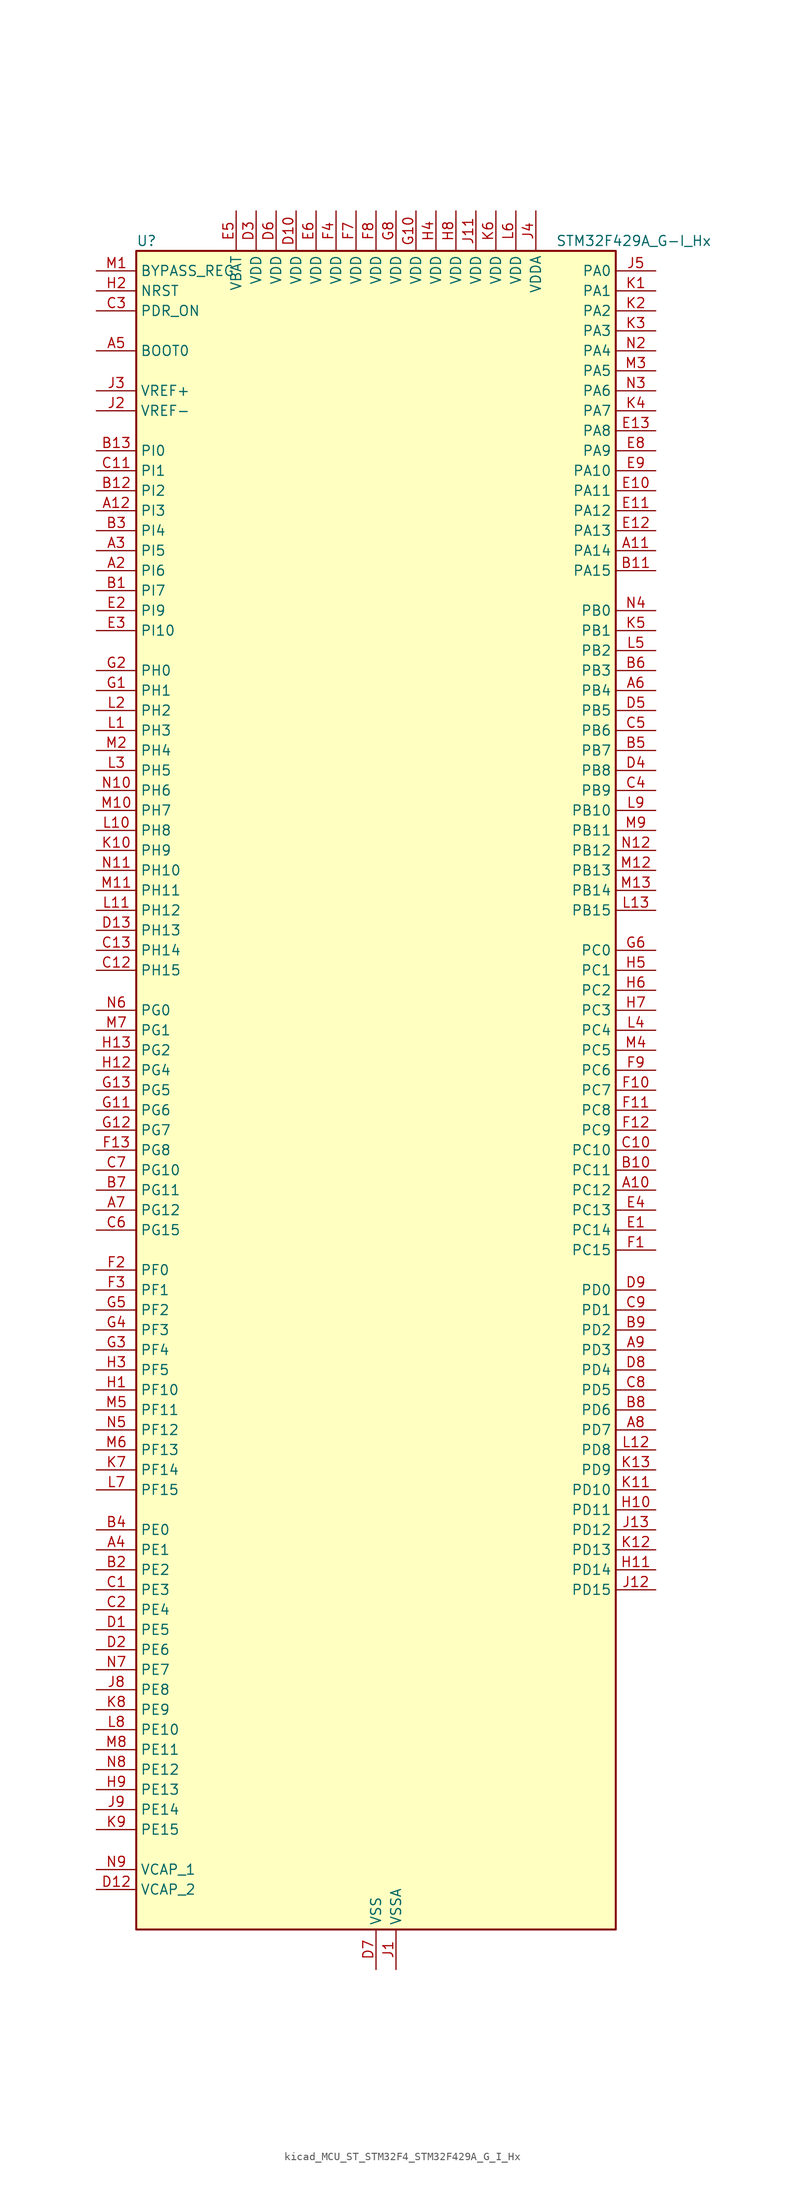
<source format=kicad_sym>
(kicad_symbol_lib
  (version 20220914)
  (generator kicad_symbol_editor)
  (symbol "kicad_MCU_ST_STM32F4_STM32F429A_G_I_Hx"
    (property "Reference" "U"
      (at -30.48 107.95 0)
      (effects (font (size 1.27 1.27)) (justify left)))
    (property "Value" "STM32F429A_G-I_Hx"
      (at 22.86 107.95 0)
      (effects (font (size 1.27 1.27)) (justify left)))
    (property "ki_locked" ""
      (at 0 0 0)
      (effects (font (size 1.27 1.27))))
    (symbol "kicad_MCU_ST_STM32F4_STM32F429A_G_I_Hx_0_1"
      (rectangle (start -30.48 -106.68) (end 30.48 106.68) (stroke (width 0.254) (type default)) (fill (type background))))
    (symbol "kicad_MCU_ST_STM32F4_STM32F429A_G_I_Hx_1_1"
      (pin no_connect line (at -30.48 -106.68 0) (length 5.08) hide (name "NC" (effects (font (size 1.27 1.27)))) (number "A1" (effects (font (size 1.27 1.27)))))
      (pin bidirectional line (at 35.56 -12.7 180) (length 5.08) (name "PC12" (effects (font (size 1.27 1.27)))) (number "A10" (effects (font (size 1.27 1.27)))) (alternate "DCMI_D9" bidirectional line) (alternate "I2S3_SD" bidirectional line) (alternate "SDIO_CK" bidirectional line) (alternate "SPI3_MOSI" bidirectional line) (alternate "UART5_TX" bidirectional line) (alternate "USART3_CK" bidirectional line))
      (pin bidirectional line (at 35.56 68.58 180) (length 5.08) (name "PA14" (effects (font (size 1.27 1.27)))) (number "A11" (effects (font (size 1.27 1.27)))) (alternate "SYS_JTCK-SWCLK" bidirectional line))
      (pin bidirectional line (at -35.56 73.66 0) (length 5.08) (name "PI3" (effects (font (size 1.27 1.27)))) (number "A12" (effects (font (size 1.27 1.27)))) (alternate "DCMI_D10" bidirectional line) (alternate "FMC_D27" bidirectional line) (alternate "I2S2_SD" bidirectional line) (alternate "SPI2_MOSI" bidirectional line) (alternate "TIM8_ETR" bidirectional line))
      (pin no_connect line (at -30.48 -104.14 0) (length 5.08) hide (name "NC" (effects (font (size 1.27 1.27)))) (number "A13" (effects (font (size 1.27 1.27)))))
      (pin bidirectional line (at -35.56 66.04 0) (length 5.08) (name "PI6" (effects (font (size 1.27 1.27)))) (number "A2" (effects (font (size 1.27 1.27)))) (alternate "DCMI_D6" bidirectional line) (alternate "FMC_D28" bidirectional line) (alternate "LTDC_B6" bidirectional line) (alternate "TIM8_CH2" bidirectional line))
      (pin bidirectional line (at -35.56 68.58 0) (length 5.08) (name "PI5" (effects (font (size 1.27 1.27)))) (number "A3" (effects (font (size 1.27 1.27)))) (alternate "DCMI_VSYNC" bidirectional line) (alternate "FMC_NBL3" bidirectional line) (alternate "LTDC_B5" bidirectional line) (alternate "TIM8_CH1" bidirectional line))
      (pin bidirectional line (at -35.56 -58.42 0) (length 5.08) (name "PE1" (effects (font (size 1.27 1.27)))) (number "A4" (effects (font (size 1.27 1.27)))) (alternate "DCMI_D3" bidirectional line) (alternate "FMC_NBL1" bidirectional line) (alternate "UART8_TX" bidirectional line))
      (pin input line (at -35.56 93.98 0) (length 5.08) (name "BOOT0" (effects (font (size 1.27 1.27)))) (number "A5" (effects (font (size 1.27 1.27)))))
      (pin bidirectional line (at 35.56 50.8 180) (length 5.08) (name "PB4" (effects (font (size 1.27 1.27)))) (number "A6" (effects (font (size 1.27 1.27)))) (alternate "I2S3_ext_SD" bidirectional line) (alternate "SPI1_MISO" bidirectional line) (alternate "SPI3_MISO" bidirectional line) (alternate "SYS_JTRST" bidirectional line) (alternate "TIM3_CH1" bidirectional line))
      (pin bidirectional line (at -35.56 -15.24 0) (length 5.08) (name "PG12" (effects (font (size 1.27 1.27)))) (number "A7" (effects (font (size 1.27 1.27)))) (alternate "FMC_NE4" bidirectional line) (alternate "LTDC_B1" bidirectional line) (alternate "LTDC_B4" bidirectional line) (alternate "USART6_RTS" bidirectional line))
      (pin bidirectional line (at 35.56 -43.18 180) (length 5.08) (name "PD7" (effects (font (size 1.27 1.27)))) (number "A8" (effects (font (size 1.27 1.27)))) (alternate "FMC_NCE2" bidirectional line) (alternate "FMC_NE1" bidirectional line) (alternate "USART2_CK" bidirectional line))
      (pin bidirectional line (at 35.56 -33.02 180) (length 5.08) (name "PD3" (effects (font (size 1.27 1.27)))) (number "A9" (effects (font (size 1.27 1.27)))) (alternate "DCMI_D5" bidirectional line) (alternate "FMC_CLK" bidirectional line) (alternate "I2S2_CK" bidirectional line) (alternate "LTDC_G7" bidirectional line) (alternate "SPI2_SCK" bidirectional line) (alternate "USART2_CTS" bidirectional line))
      (pin bidirectional line (at -35.56 63.5 0) (length 5.08) (name "PI7" (effects (font (size 1.27 1.27)))) (number "B1" (effects (font (size 1.27 1.27)))) (alternate "DCMI_D7" bidirectional line) (alternate "FMC_D29" bidirectional line) (alternate "LTDC_B7" bidirectional line) (alternate "TIM8_CH3" bidirectional line))
      (pin bidirectional line (at 35.56 -10.16 180) (length 5.08) (name "PC11" (effects (font (size 1.27 1.27)))) (number "B10" (effects (font (size 1.27 1.27)))) (alternate "ADC1_EXTI11" bidirectional line) (alternate "ADC2_EXTI11" bidirectional line) (alternate "ADC3_EXTI11" bidirectional line) (alternate "DCMI_D4" bidirectional line) (alternate "I2S3_ext_SD" bidirectional line) (alternate "SDIO_D3" bidirectional line) (alternate "SPI3_MISO" bidirectional line) (alternate "UART4_RX" bidirectional line) (alternate "USART3_RX" bidirectional line))
      (pin bidirectional line (at 35.56 66.04 180) (length 5.08) (name "PA15" (effects (font (size 1.27 1.27)))) (number "B11" (effects (font (size 1.27 1.27)))) (alternate "ADC1_EXTI15" bidirectional line) (alternate "ADC2_EXTI15" bidirectional line) (alternate "ADC3_EXTI15" bidirectional line) (alternate "I2S3_WS" bidirectional line) (alternate "SPI1_NSS" bidirectional line) (alternate "SPI3_NSS" bidirectional line) (alternate "SYS_JTDI" bidirectional line) (alternate "TIM2_CH1" bidirectional line) (alternate "TIM2_ETR" bidirectional line))
      (pin bidirectional line (at -35.56 76.2 0) (length 5.08) (name "PI2" (effects (font (size 1.27 1.27)))) (number "B12" (effects (font (size 1.27 1.27)))) (alternate "DCMI_D9" bidirectional line) (alternate "FMC_D26" bidirectional line) (alternate "I2S2_ext_SD" bidirectional line) (alternate "LTDC_G7" bidirectional line) (alternate "SPI2_MISO" bidirectional line) (alternate "TIM8_CH4" bidirectional line))
      (pin bidirectional line (at -35.56 81.28 0) (length 5.08) (name "PI0" (effects (font (size 1.27 1.27)))) (number "B13" (effects (font (size 1.27 1.27)))) (alternate "DCMI_D13" bidirectional line) (alternate "FMC_D24" bidirectional line) (alternate "I2S2_WS" bidirectional line) (alternate "LTDC_G5" bidirectional line) (alternate "SPI2_NSS" bidirectional line) (alternate "TIM5_CH4" bidirectional line))
      (pin bidirectional line (at -35.56 -60.96 0) (length 5.08) (name "PE2" (effects (font (size 1.27 1.27)))) (number "B2" (effects (font (size 1.27 1.27)))) (alternate "ETH_TXD3" bidirectional line) (alternate "FMC_A23" bidirectional line) (alternate "SAI1_MCLK_A" bidirectional line) (alternate "SPI4_SCK" bidirectional line) (alternate "SYS_TRACECLK" bidirectional line))
      (pin bidirectional line (at -35.56 71.12 0) (length 5.08) (name "PI4" (effects (font (size 1.27 1.27)))) (number "B3" (effects (font (size 1.27 1.27)))) (alternate "DCMI_D5" bidirectional line) (alternate "FMC_NBL2" bidirectional line) (alternate "LTDC_B4" bidirectional line) (alternate "TIM8_BKIN" bidirectional line))
      (pin bidirectional line (at -35.56 -55.88 0) (length 5.08) (name "PE0" (effects (font (size 1.27 1.27)))) (number "B4" (effects (font (size 1.27 1.27)))) (alternate "DCMI_D2" bidirectional line) (alternate "FMC_NBL0" bidirectional line) (alternate "TIM4_ETR" bidirectional line) (alternate "UART8_RX" bidirectional line))
      (pin bidirectional line (at 35.56 43.18 180) (length 5.08) (name "PB7" (effects (font (size 1.27 1.27)))) (number "B5" (effects (font (size 1.27 1.27)))) (alternate "DCMI_VSYNC" bidirectional line) (alternate "FMC_NL" bidirectional line) (alternate "I2C1_SDA" bidirectional line) (alternate "TIM4_CH2" bidirectional line) (alternate "USART1_RX" bidirectional line))
      (pin bidirectional line (at 35.56 53.34 180) (length 5.08) (name "PB3" (effects (font (size 1.27 1.27)))) (number "B6" (effects (font (size 1.27 1.27)))) (alternate "I2S3_CK" bidirectional line) (alternate "SPI1_SCK" bidirectional line) (alternate "SPI3_SCK" bidirectional line) (alternate "SYS_JTDO-SWO" bidirectional line) (alternate "TIM2_CH2" bidirectional line))
      (pin bidirectional line (at -35.56 -12.7 0) (length 5.08) (name "PG11" (effects (font (size 1.27 1.27)))) (number "B7" (effects (font (size 1.27 1.27)))) (alternate "ADC1_EXTI11" bidirectional line) (alternate "ADC2_EXTI11" bidirectional line) (alternate "ADC3_EXTI11" bidirectional line) (alternate "DCMI_D3" bidirectional line) (alternate "ETH_TX_EN" bidirectional line) (alternate "LTDC_B3" bidirectional line))
      (pin bidirectional line (at 35.56 -40.64 180) (length 5.08) (name "PD6" (effects (font (size 1.27 1.27)))) (number "B8" (effects (font (size 1.27 1.27)))) (alternate "DCMI_D10" bidirectional line) (alternate "FMC_NWAIT" bidirectional line) (alternate "I2S3_SD" bidirectional line) (alternate "LTDC_B2" bidirectional line) (alternate "SAI1_SD_A" bidirectional line) (alternate "SPI3_MOSI" bidirectional line) (alternate "USART2_RX" bidirectional line))
      (pin bidirectional line (at 35.56 -30.48 180) (length 5.08) (name "PD2" (effects (font (size 1.27 1.27)))) (number "B9" (effects (font (size 1.27 1.27)))) (alternate "DCMI_D11" bidirectional line) (alternate "SDIO_CMD" bidirectional line) (alternate "TIM3_ETR" bidirectional line) (alternate "UART5_RX" bidirectional line))
      (pin bidirectional line (at -35.56 -63.5 0) (length 5.08) (name "PE3" (effects (font (size 1.27 1.27)))) (number "C1" (effects (font (size 1.27 1.27)))) (alternate "FMC_A19" bidirectional line) (alternate "SAI1_SD_B" bidirectional line) (alternate "SYS_TRACED0" bidirectional line))
      (pin bidirectional line (at 35.56 -7.62 180) (length 5.08) (name "PC10" (effects (font (size 1.27 1.27)))) (number "C10" (effects (font (size 1.27 1.27)))) (alternate "DCMI_D8" bidirectional line) (alternate "I2S3_CK" bidirectional line) (alternate "LTDC_R2" bidirectional line) (alternate "SDIO_D2" bidirectional line) (alternate "SPI3_SCK" bidirectional line) (alternate "UART4_TX" bidirectional line) (alternate "USART3_TX" bidirectional line))
      (pin bidirectional line (at -35.56 78.74 0) (length 5.08) (name "PI1" (effects (font (size 1.27 1.27)))) (number "C11" (effects (font (size 1.27 1.27)))) (alternate "DCMI_D8" bidirectional line) (alternate "FMC_D25" bidirectional line) (alternate "I2S2_CK" bidirectional line) (alternate "LTDC_G6" bidirectional line) (alternate "SPI2_SCK" bidirectional line))
      (pin bidirectional line (at -35.56 15.24 0) (length 5.08) (name "PH15" (effects (font (size 1.27 1.27)))) (number "C12" (effects (font (size 1.27 1.27)))) (alternate "ADC1_EXTI15" bidirectional line) (alternate "ADC2_EXTI15" bidirectional line) (alternate "ADC3_EXTI15" bidirectional line) (alternate "DCMI_D11" bidirectional line) (alternate "FMC_D23" bidirectional line) (alternate "LTDC_G4" bidirectional line) (alternate "TIM8_CH3N" bidirectional line))
      (pin bidirectional line (at -35.56 17.78 0) (length 5.08) (name "PH14" (effects (font (size 1.27 1.27)))) (number "C13" (effects (font (size 1.27 1.27)))) (alternate "DCMI_D4" bidirectional line) (alternate "FMC_D22" bidirectional line) (alternate "LTDC_G3" bidirectional line) (alternate "TIM8_CH2N" bidirectional line))
      (pin bidirectional line (at -35.56 -66.04 0) (length 5.08) (name "PE4" (effects (font (size 1.27 1.27)))) (number "C2" (effects (font (size 1.27 1.27)))) (alternate "DCMI_D4" bidirectional line) (alternate "FMC_A20" bidirectional line) (alternate "LTDC_B0" bidirectional line) (alternate "SAI1_FS_A" bidirectional line) (alternate "SPI4_NSS" bidirectional line) (alternate "SYS_TRACED1" bidirectional line))
      (pin input line (at -35.56 99.06 0) (length 5.08) (name "PDR_ON" (effects (font (size 1.27 1.27)))) (number "C3" (effects (font (size 1.27 1.27)))))
      (pin bidirectional line (at 35.56 38.1 180) (length 5.08) (name "PB9" (effects (font (size 1.27 1.27)))) (number "C4" (effects (font (size 1.27 1.27)))) (alternate "CAN1_TX" bidirectional line) (alternate "DAC_EXTI9" bidirectional line) (alternate "DCMI_D7" bidirectional line) (alternate "I2C1_SDA" bidirectional line) (alternate "I2S2_WS" bidirectional line) (alternate "LTDC_B7" bidirectional line) (alternate "SDIO_D5" bidirectional line) (alternate "SPI2_NSS" bidirectional line) (alternate "TIM11_CH1" bidirectional line) (alternate "TIM4_CH4" bidirectional line))
      (pin bidirectional line (at 35.56 45.72 180) (length 5.08) (name "PB6" (effects (font (size 1.27 1.27)))) (number "C5" (effects (font (size 1.27 1.27)))) (alternate "CAN2_TX" bidirectional line) (alternate "DCMI_D5" bidirectional line) (alternate "FMC_SDNE1" bidirectional line) (alternate "I2C1_SCL" bidirectional line) (alternate "TIM4_CH1" bidirectional line) (alternate "USART1_TX" bidirectional line))
      (pin bidirectional line (at -35.56 -17.78 0) (length 5.08) (name "PG15" (effects (font (size 1.27 1.27)))) (number "C6" (effects (font (size 1.27 1.27)))) (alternate "ADC1_EXTI15" bidirectional line) (alternate "ADC2_EXTI15" bidirectional line) (alternate "ADC3_EXTI15" bidirectional line) (alternate "DCMI_D13" bidirectional line) (alternate "FMC_SDNCAS" bidirectional line) (alternate "USART6_CTS" bidirectional line))
      (pin bidirectional line (at -35.56 -10.16 0) (length 5.08) (name "PG10" (effects (font (size 1.27 1.27)))) (number "C7" (effects (font (size 1.27 1.27)))) (alternate "DCMI_D2" bidirectional line) (alternate "FMC_NE3" bidirectional line) (alternate "LTDC_B2" bidirectional line) (alternate "LTDC_G3" bidirectional line))
      (pin bidirectional line (at 35.56 -38.1 180) (length 5.08) (name "PD5" (effects (font (size 1.27 1.27)))) (number "C8" (effects (font (size 1.27 1.27)))) (alternate "FMC_NWE" bidirectional line) (alternate "USART2_TX" bidirectional line))
      (pin bidirectional line (at 35.56 -27.94 180) (length 5.08) (name "PD1" (effects (font (size 1.27 1.27)))) (number "C9" (effects (font (size 1.27 1.27)))) (alternate "CAN1_TX" bidirectional line) (alternate "FMC_D3" bidirectional line) (alternate "FMC_DA3" bidirectional line))
      (pin bidirectional line (at -35.56 -68.58 0) (length 5.08) (name "PE5" (effects (font (size 1.27 1.27)))) (number "D1" (effects (font (size 1.27 1.27)))) (alternate "DCMI_D6" bidirectional line) (alternate "FMC_A21" bidirectional line) (alternate "LTDC_G0" bidirectional line) (alternate "SAI1_SCK_A" bidirectional line) (alternate "SPI4_MISO" bidirectional line) (alternate "SYS_TRACED2" bidirectional line) (alternate "TIM9_CH1" bidirectional line))
      (pin power_in line (at -10.16 111.76 270) (length 5.08) (name "VDD" (effects (font (size 1.27 1.27)))) (number "D10" (effects (font (size 1.27 1.27)))))
      (pin passive line (at 0 -111.76 90) (length 5.08) hide (name "VSS" (effects (font (size 1.27 1.27)))) (number "D11" (effects (font (size 1.27 1.27)))))
      (pin power_out line (at -35.56 -101.6 0) (length 5.08) (name "VCAP_2" (effects (font (size 1.27 1.27)))) (number "D12" (effects (font (size 1.27 1.27)))))
      (pin bidirectional line (at -35.56 20.32 0) (length 5.08) (name "PH13" (effects (font (size 1.27 1.27)))) (number "D13" (effects (font (size 1.27 1.27)))) (alternate "CAN1_TX" bidirectional line) (alternate "FMC_D21" bidirectional line) (alternate "LTDC_G2" bidirectional line) (alternate "TIM8_CH1N" bidirectional line))
      (pin bidirectional line (at -35.56 -71.12 0) (length 5.08) (name "PE6" (effects (font (size 1.27 1.27)))) (number "D2" (effects (font (size 1.27 1.27)))) (alternate "DCMI_D7" bidirectional line) (alternate "FMC_A22" bidirectional line) (alternate "LTDC_G1" bidirectional line) (alternate "SAI1_SD_A" bidirectional line) (alternate "SPI4_MOSI" bidirectional line) (alternate "SYS_TRACED3" bidirectional line) (alternate "TIM9_CH2" bidirectional line))
      (pin power_in line (at -15.24 111.76 270) (length 5.08) (name "VDD" (effects (font (size 1.27 1.27)))) (number "D3" (effects (font (size 1.27 1.27)))))
      (pin bidirectional line (at 35.56 40.64 180) (length 5.08) (name "PB8" (effects (font (size 1.27 1.27)))) (number "D4" (effects (font (size 1.27 1.27)))) (alternate "CAN1_RX" bidirectional line) (alternate "DCMI_D6" bidirectional line) (alternate "ETH_TXD3" bidirectional line) (alternate "I2C1_SCL" bidirectional line) (alternate "LTDC_B6" bidirectional line) (alternate "SDIO_D4" bidirectional line) (alternate "TIM10_CH1" bidirectional line) (alternate "TIM4_CH3" bidirectional line))
      (pin bidirectional line (at 35.56 48.26 180) (length 5.08) (name "PB5" (effects (font (size 1.27 1.27)))) (number "D5" (effects (font (size 1.27 1.27)))) (alternate "CAN2_RX" bidirectional line) (alternate "DCMI_D10" bidirectional line) (alternate "ETH_PPS_OUT" bidirectional line) (alternate "FMC_SDCKE1" bidirectional line) (alternate "I2C1_SMBA" bidirectional line) (alternate "I2S3_SD" bidirectional line) (alternate "SPI1_MOSI" bidirectional line) (alternate "SPI3_MOSI" bidirectional line) (alternate "TIM3_CH2" bidirectional line) (alternate "USB_OTG_HS_ULPI_D7" bidirectional line))
      (pin power_in line (at -12.7 111.76 270) (length 5.08) (name "VDD" (effects (font (size 1.27 1.27)))) (number "D6" (effects (font (size 1.27 1.27)))))
      (pin power_in line (at 0 -111.76 90) (length 5.08) (name "VSS" (effects (font (size 1.27 1.27)))) (number "D7" (effects (font (size 1.27 1.27)))))
      (pin bidirectional line (at 35.56 -35.56 180) (length 5.08) (name "PD4" (effects (font (size 1.27 1.27)))) (number "D8" (effects (font (size 1.27 1.27)))) (alternate "FMC_NOE" bidirectional line) (alternate "USART2_RTS" bidirectional line))
      (pin bidirectional line (at 35.56 -25.4 180) (length 5.08) (name "PD0" (effects (font (size 1.27 1.27)))) (number "D9" (effects (font (size 1.27 1.27)))) (alternate "CAN1_RX" bidirectional line) (alternate "FMC_D2" bidirectional line) (alternate "FMC_DA2" bidirectional line))
      (pin bidirectional line (at 35.56 -17.78 180) (length 5.08) (name "PC14" (effects (font (size 1.27 1.27)))) (number "E1" (effects (font (size 1.27 1.27)))) (alternate "RCC_OSC32_IN" bidirectional line))
      (pin bidirectional line (at 35.56 76.2 180) (length 5.08) (name "PA11" (effects (font (size 1.27 1.27)))) (number "E10" (effects (font (size 1.27 1.27)))) (alternate "ADC1_EXTI11" bidirectional line) (alternate "ADC2_EXTI11" bidirectional line) (alternate "ADC3_EXTI11" bidirectional line) (alternate "CAN1_RX" bidirectional line) (alternate "LTDC_R4" bidirectional line) (alternate "TIM1_CH4" bidirectional line) (alternate "USART1_CTS" bidirectional line) (alternate "USB_OTG_FS_DM" bidirectional line))
      (pin bidirectional line (at 35.56 73.66 180) (length 5.08) (name "PA12" (effects (font (size 1.27 1.27)))) (number "E11" (effects (font (size 1.27 1.27)))) (alternate "CAN1_TX" bidirectional line) (alternate "LTDC_R5" bidirectional line) (alternate "TIM1_ETR" bidirectional line) (alternate "USART1_RTS" bidirectional line) (alternate "USB_OTG_FS_DP" bidirectional line))
      (pin bidirectional line (at 35.56 71.12 180) (length 5.08) (name "PA13" (effects (font (size 1.27 1.27)))) (number "E12" (effects (font (size 1.27 1.27)))) (alternate "SYS_JTMS-SWDIO" bidirectional line))
      (pin bidirectional line (at 35.56 83.82 180) (length 5.08) (name "PA8" (effects (font (size 1.27 1.27)))) (number "E13" (effects (font (size 1.27 1.27)))) (alternate "I2C3_SCL" bidirectional line) (alternate "LTDC_R6" bidirectional line) (alternate "RCC_MCO_1" bidirectional line) (alternate "TIM1_CH1" bidirectional line) (alternate "USART1_CK" bidirectional line) (alternate "USB_OTG_FS_SOF" bidirectional line))
      (pin bidirectional line (at -35.56 60.96 0) (length 5.08) (name "PI9" (effects (font (size 1.27 1.27)))) (number "E2" (effects (font (size 1.27 1.27)))) (alternate "CAN1_RX" bidirectional line) (alternate "DAC_EXTI9" bidirectional line) (alternate "FMC_D30" bidirectional line) (alternate "LTDC_VSYNC" bidirectional line))
      (pin bidirectional line (at -35.56 58.42 0) (length 5.08) (name "PI10" (effects (font (size 1.27 1.27)))) (number "E3" (effects (font (size 1.27 1.27)))) (alternate "ETH_RX_ER" bidirectional line) (alternate "FMC_D31" bidirectional line) (alternate "LTDC_HSYNC" bidirectional line))
      (pin bidirectional line (at 35.56 -15.24 180) (length 5.08) (name "PC13" (effects (font (size 1.27 1.27)))) (number "E4" (effects (font (size 1.27 1.27)))) (alternate "RTC_AF1" bidirectional line))
      (pin power_in line (at -17.78 111.76 270) (length 5.08) (name "VBAT" (effects (font (size 1.27 1.27)))) (number "E5" (effects (font (size 1.27 1.27)))))
      (pin power_in line (at -7.62 111.76 270) (length 5.08) (name "VDD" (effects (font (size 1.27 1.27)))) (number "E6" (effects (font (size 1.27 1.27)))))
      (pin passive line (at 0 -111.76 90) (length 5.08) hide (name "VSS" (effects (font (size 1.27 1.27)))) (number "E7" (effects (font (size 1.27 1.27)))))
      (pin bidirectional line (at 35.56 81.28 180) (length 5.08) (name "PA9" (effects (font (size 1.27 1.27)))) (number "E8" (effects (font (size 1.27 1.27)))) (alternate "DAC_EXTI9" bidirectional line) (alternate "DCMI_D0" bidirectional line) (alternate "I2C3_SMBA" bidirectional line) (alternate "TIM1_CH2" bidirectional line) (alternate "USART1_TX" bidirectional line) (alternate "USB_OTG_FS_VBUS" bidirectional line))
      (pin bidirectional line (at 35.56 78.74 180) (length 5.08) (name "PA10" (effects (font (size 1.27 1.27)))) (number "E9" (effects (font (size 1.27 1.27)))) (alternate "DCMI_D1" bidirectional line) (alternate "TIM1_CH3" bidirectional line) (alternate "USART1_RX" bidirectional line) (alternate "USB_OTG_FS_ID" bidirectional line))
      (pin bidirectional line (at 35.56 -20.32 180) (length 5.08) (name "PC15" (effects (font (size 1.27 1.27)))) (number "F1" (effects (font (size 1.27 1.27)))) (alternate "ADC1_EXTI15" bidirectional line) (alternate "ADC2_EXTI15" bidirectional line) (alternate "ADC3_EXTI15" bidirectional line) (alternate "RCC_OSC32_OUT" bidirectional line))
      (pin bidirectional line (at 35.56 0 180) (length 5.08) (name "PC7" (effects (font (size 1.27 1.27)))) (number "F10" (effects (font (size 1.27 1.27)))) (alternate "DCMI_D1" bidirectional line) (alternate "I2S3_MCK" bidirectional line) (alternate "LTDC_G6" bidirectional line) (alternate "SDIO_D7" bidirectional line) (alternate "TIM3_CH2" bidirectional line) (alternate "TIM8_CH2" bidirectional line) (alternate "USART6_RX" bidirectional line))
      (pin bidirectional line (at 35.56 -2.54 180) (length 5.08) (name "PC8" (effects (font (size 1.27 1.27)))) (number "F11" (effects (font (size 1.27 1.27)))) (alternate "DCMI_D2" bidirectional line) (alternate "SDIO_D0" bidirectional line) (alternate "TIM3_CH3" bidirectional line) (alternate "TIM8_CH3" bidirectional line) (alternate "USART6_CK" bidirectional line))
      (pin bidirectional line (at 35.56 -5.08 180) (length 5.08) (name "PC9" (effects (font (size 1.27 1.27)))) (number "F12" (effects (font (size 1.27 1.27)))) (alternate "DAC_EXTI9" bidirectional line) (alternate "DCMI_D3" bidirectional line) (alternate "I2C3_SDA" bidirectional line) (alternate "I2S_CKIN" bidirectional line) (alternate "RCC_MCO_2" bidirectional line) (alternate "SDIO_D1" bidirectional line) (alternate "TIM3_CH4" bidirectional line) (alternate "TIM8_CH4" bidirectional line))
      (pin bidirectional line (at -35.56 -7.62 0) (length 5.08) (name "PG8" (effects (font (size 1.27 1.27)))) (number "F13" (effects (font (size 1.27 1.27)))) (alternate "ETH_PPS_OUT" bidirectional line) (alternate "FMC_SDCLK" bidirectional line) (alternate "USART6_RTS" bidirectional line))
      (pin bidirectional line (at -35.56 -22.86 0) (length 5.08) (name "PF0" (effects (font (size 1.27 1.27)))) (number "F2" (effects (font (size 1.27 1.27)))) (alternate "FMC_A0" bidirectional line) (alternate "I2C2_SDA" bidirectional line))
      (pin bidirectional line (at -35.56 -25.4 0) (length 5.08) (name "PF1" (effects (font (size 1.27 1.27)))) (number "F3" (effects (font (size 1.27 1.27)))) (alternate "FMC_A1" bidirectional line) (alternate "I2C2_SCL" bidirectional line))
      (pin power_in line (at -5.08 111.76 270) (length 5.08) (name "VDD" (effects (font (size 1.27 1.27)))) (number "F4" (effects (font (size 1.27 1.27)))))
      (pin passive line (at 0 -111.76 90) (length 5.08) hide (name "VSS" (effects (font (size 1.27 1.27)))) (number "F5" (effects (font (size 1.27 1.27)))))
      (pin passive line (at 0 -111.76 90) (length 5.08) hide (name "VSS" (effects (font (size 1.27 1.27)))) (number "F6" (effects (font (size 1.27 1.27)))))
      (pin power_in line (at -2.54 111.76 270) (length 5.08) (name "VDD" (effects (font (size 1.27 1.27)))) (number "F7" (effects (font (size 1.27 1.27)))))
      (pin power_in line (at 0 111.76 270) (length 5.08) (name "VDD" (effects (font (size 1.27 1.27)))) (number "F8" (effects (font (size 1.27 1.27)))))
      (pin bidirectional line (at 35.56 2.54 180) (length 5.08) (name "PC6" (effects (font (size 1.27 1.27)))) (number "F9" (effects (font (size 1.27 1.27)))) (alternate "DCMI_D0" bidirectional line) (alternate "I2S2_MCK" bidirectional line) (alternate "LTDC_HSYNC" bidirectional line) (alternate "SDIO_D6" bidirectional line) (alternate "TIM3_CH1" bidirectional line) (alternate "TIM8_CH1" bidirectional line) (alternate "USART6_TX" bidirectional line))
      (pin bidirectional line (at -35.56 50.8 0) (length 5.08) (name "PH1" (effects (font (size 1.27 1.27)))) (number "G1" (effects (font (size 1.27 1.27)))) (alternate "RCC_OSC_OUT" bidirectional line))
      (pin power_in line (at 5.08 111.76 270) (length 5.08) (name "VDD" (effects (font (size 1.27 1.27)))) (number "G10" (effects (font (size 1.27 1.27)))))
      (pin bidirectional line (at -35.56 -2.54 0) (length 5.08) (name "PG6" (effects (font (size 1.27 1.27)))) (number "G11" (effects (font (size 1.27 1.27)))) (alternate "DCMI_D12" bidirectional line) (alternate "FMC_INT2" bidirectional line) (alternate "LTDC_R7" bidirectional line))
      (pin bidirectional line (at -35.56 -5.08 0) (length 5.08) (name "PG7" (effects (font (size 1.27 1.27)))) (number "G12" (effects (font (size 1.27 1.27)))) (alternate "DCMI_D13" bidirectional line) (alternate "LTDC_CLK" bidirectional line) (alternate "USART6_CK" bidirectional line))
      (pin bidirectional line (at -35.56 0 0) (length 5.08) (name "PG5" (effects (font (size 1.27 1.27)))) (number "G13" (effects (font (size 1.27 1.27)))) (alternate "FMC_A15" bidirectional line) (alternate "FMC_BA1" bidirectional line))
      (pin bidirectional line (at -35.56 53.34 0) (length 5.08) (name "PH0" (effects (font (size 1.27 1.27)))) (number "G2" (effects (font (size 1.27 1.27)))) (alternate "RCC_OSC_IN" bidirectional line))
      (pin bidirectional line (at -35.56 -33.02 0) (length 5.08) (name "PF4" (effects (font (size 1.27 1.27)))) (number "G3" (effects (font (size 1.27 1.27)))) (alternate "ADC3_IN14" bidirectional line) (alternate "FMC_A4" bidirectional line))
      (pin bidirectional line (at -35.56 -30.48 0) (length 5.08) (name "PF3" (effects (font (size 1.27 1.27)))) (number "G4" (effects (font (size 1.27 1.27)))) (alternate "ADC3_IN9" bidirectional line) (alternate "FMC_A3" bidirectional line))
      (pin bidirectional line (at -35.56 -27.94 0) (length 5.08) (name "PF2" (effects (font (size 1.27 1.27)))) (number "G5" (effects (font (size 1.27 1.27)))) (alternate "FMC_A2" bidirectional line) (alternate "I2C2_SMBA" bidirectional line))
      (pin bidirectional line (at 35.56 17.78 180) (length 5.08) (name "PC0" (effects (font (size 1.27 1.27)))) (number "G6" (effects (font (size 1.27 1.27)))) (alternate "ADC1_IN10" bidirectional line) (alternate "ADC2_IN10" bidirectional line) (alternate "ADC3_IN10" bidirectional line) (alternate "FMC_SDNWE" bidirectional line) (alternate "USB_OTG_HS_ULPI_STP" bidirectional line))
      (pin passive line (at 0 -111.76 90) (length 5.08) hide (name "VSS" (effects (font (size 1.27 1.27)))) (number "G7" (effects (font (size 1.27 1.27)))))
      (pin power_in line (at 2.54 111.76 270) (length 5.08) (name "VDD" (effects (font (size 1.27 1.27)))) (number "G8" (effects (font (size 1.27 1.27)))))
      (pin passive line (at 0 -111.76 90) (length 5.08) hide (name "VSS" (effects (font (size 1.27 1.27)))) (number "G9" (effects (font (size 1.27 1.27)))))
      (pin bidirectional line (at -35.56 -38.1 0) (length 5.08) (name "PF10" (effects (font (size 1.27 1.27)))) (number "H1" (effects (font (size 1.27 1.27)))) (alternate "ADC3_IN8" bidirectional line) (alternate "DCMI_D11" bidirectional line) (alternate "LTDC_DE" bidirectional line))
      (pin bidirectional line (at 35.56 -53.34 180) (length 5.08) (name "PD11" (effects (font (size 1.27 1.27)))) (number "H10" (effects (font (size 1.27 1.27)))) (alternate "ADC1_EXTI11" bidirectional line) (alternate "ADC2_EXTI11" bidirectional line) (alternate "ADC3_EXTI11" bidirectional line) (alternate "FMC_A16" bidirectional line) (alternate "FMC_CLE" bidirectional line) (alternate "USART3_CTS" bidirectional line))
      (pin bidirectional line (at 35.56 -60.96 180) (length 5.08) (name "PD14" (effects (font (size 1.27 1.27)))) (number "H11" (effects (font (size 1.27 1.27)))) (alternate "FMC_D0" bidirectional line) (alternate "FMC_DA0" bidirectional line) (alternate "TIM4_CH3" bidirectional line))
      (pin bidirectional line (at -35.56 2.54 0) (length 5.08) (name "PG4" (effects (font (size 1.27 1.27)))) (number "H12" (effects (font (size 1.27 1.27)))) (alternate "FMC_A14" bidirectional line) (alternate "FMC_BA0" bidirectional line))
      (pin bidirectional line (at -35.56 5.08 0) (length 5.08) (name "PG2" (effects (font (size 1.27 1.27)))) (number "H13" (effects (font (size 1.27 1.27)))) (alternate "FMC_A12" bidirectional line))
      (pin input line (at -35.56 101.6 0) (length 5.08) (name "NRST" (effects (font (size 1.27 1.27)))) (number "H2" (effects (font (size 1.27 1.27)))))
      (pin bidirectional line (at -35.56 -35.56 0) (length 5.08) (name "PF5" (effects (font (size 1.27 1.27)))) (number "H3" (effects (font (size 1.27 1.27)))) (alternate "ADC3_IN15" bidirectional line) (alternate "FMC_A5" bidirectional line))
      (pin power_in line (at 7.62 111.76 270) (length 5.08) (name "VDD" (effects (font (size 1.27 1.27)))) (number "H4" (effects (font (size 1.27 1.27)))))
      (pin bidirectional line (at 35.56 15.24 180) (length 5.08) (name "PC1" (effects (font (size 1.27 1.27)))) (number "H5" (effects (font (size 1.27 1.27)))) (alternate "ADC1_IN11" bidirectional line) (alternate "ADC2_IN11" bidirectional line) (alternate "ADC3_IN11" bidirectional line) (alternate "ETH_MDC" bidirectional line))
      (pin bidirectional line (at 35.56 12.7 180) (length 5.08) (name "PC2" (effects (font (size 1.27 1.27)))) (number "H6" (effects (font (size 1.27 1.27)))) (alternate "ADC1_IN12" bidirectional line) (alternate "ADC2_IN12" bidirectional line) (alternate "ADC3_IN12" bidirectional line) (alternate "ETH_TXD2" bidirectional line) (alternate "FMC_SDNE0" bidirectional line) (alternate "I2S2_ext_SD" bidirectional line) (alternate "SPI2_MISO" bidirectional line) (alternate "USB_OTG_HS_ULPI_DIR" bidirectional line))
      (pin bidirectional line (at 35.56 10.16 180) (length 5.08) (name "PC3" (effects (font (size 1.27 1.27)))) (number "H7" (effects (font (size 1.27 1.27)))) (alternate "ADC1_IN13" bidirectional line) (alternate "ADC2_IN13" bidirectional line) (alternate "ADC3_IN13" bidirectional line) (alternate "ETH_TX_CLK" bidirectional line) (alternate "FMC_SDCKE0" bidirectional line) (alternate "I2S2_SD" bidirectional line) (alternate "SPI2_MOSI" bidirectional line) (alternate "USB_OTG_HS_ULPI_NXT" bidirectional line))
      (pin power_in line (at 10.16 111.76 270) (length 5.08) (name "VDD" (effects (font (size 1.27 1.27)))) (number "H8" (effects (font (size 1.27 1.27)))))
      (pin bidirectional line (at -35.56 -88.9 0) (length 5.08) (name "PE13" (effects (font (size 1.27 1.27)))) (number "H9" (effects (font (size 1.27 1.27)))) (alternate "FMC_D10" bidirectional line) (alternate "FMC_DA10" bidirectional line) (alternate "LTDC_DE" bidirectional line) (alternate "SPI4_MISO" bidirectional line) (alternate "TIM1_CH3" bidirectional line))
      (pin power_in line (at 2.54 -111.76 90) (length 5.08) (name "VSSA" (effects (font (size 1.27 1.27)))) (number "J1" (effects (font (size 1.27 1.27)))))
      (pin passive line (at 0 -111.76 90) (length 5.08) hide (name "VSS" (effects (font (size 1.27 1.27)))) (number "J10" (effects (font (size 1.27 1.27)))))
      (pin power_in line (at 12.7 111.76 270) (length 5.08) (name "VDD" (effects (font (size 1.27 1.27)))) (number "J11" (effects (font (size 1.27 1.27)))))
      (pin bidirectional line (at 35.56 -63.5 180) (length 5.08) (name "PD15" (effects (font (size 1.27 1.27)))) (number "J12" (effects (font (size 1.27 1.27)))) (alternate "ADC1_EXTI15" bidirectional line) (alternate "ADC2_EXTI15" bidirectional line) (alternate "ADC3_EXTI15" bidirectional line) (alternate "FMC_D1" bidirectional line) (alternate "FMC_DA1" bidirectional line) (alternate "TIM4_CH4" bidirectional line))
      (pin bidirectional line (at 35.56 -55.88 180) (length 5.08) (name "PD12" (effects (font (size 1.27 1.27)))) (number "J13" (effects (font (size 1.27 1.27)))) (alternate "FMC_A17" bidirectional line) (alternate "FMC_ALE" bidirectional line) (alternate "TIM4_CH1" bidirectional line) (alternate "USART3_RTS" bidirectional line))
      (pin input line (at -35.56 86.36 0) (length 5.08) (name "VREF-" (effects (font (size 1.27 1.27)))) (number "J2" (effects (font (size 1.27 1.27)))))
      (pin input line (at -35.56 88.9 0) (length 5.08) (name "VREF+" (effects (font (size 1.27 1.27)))) (number "J3" (effects (font (size 1.27 1.27)))))
      (pin power_in line (at 20.32 111.76 270) (length 5.08) (name "VDDA" (effects (font (size 1.27 1.27)))) (number "J4" (effects (font (size 1.27 1.27)))))
      (pin bidirectional line (at 35.56 104.14 180) (length 5.08) (name "PA0" (effects (font (size 1.27 1.27)))) (number "J5" (effects (font (size 1.27 1.27)))) (alternate "ADC1_IN0" bidirectional line) (alternate "ADC2_IN0" bidirectional line) (alternate "ADC3_IN0" bidirectional line) (alternate "ETH_CRS" bidirectional line) (alternate "SYS_WKUP" bidirectional line) (alternate "TIM2_CH1" bidirectional line) (alternate "TIM2_ETR" bidirectional line) (alternate "TIM5_CH1" bidirectional line) (alternate "TIM8_ETR" bidirectional line) (alternate "UART4_TX" bidirectional line) (alternate "USART2_CTS" bidirectional line))
      (pin passive line (at 0 -111.76 90) (length 5.08) hide (name "VSS" (effects (font (size 1.27 1.27)))) (number "J6" (effects (font (size 1.27 1.27)))))
      (pin passive line (at 0 -111.76 90) (length 5.08) hide (name "VSS" (effects (font (size 1.27 1.27)))) (number "J7" (effects (font (size 1.27 1.27)))))
      (pin bidirectional line (at -35.56 -76.2 0) (length 5.08) (name "PE8" (effects (font (size 1.27 1.27)))) (number "J8" (effects (font (size 1.27 1.27)))) (alternate "FMC_D5" bidirectional line) (alternate "FMC_DA5" bidirectional line) (alternate "TIM1_CH1N" bidirectional line) (alternate "UART7_TX" bidirectional line))
      (pin bidirectional line (at -35.56 -91.44 0) (length 5.08) (name "PE14" (effects (font (size 1.27 1.27)))) (number "J9" (effects (font (size 1.27 1.27)))) (alternate "FMC_D11" bidirectional line) (alternate "FMC_DA11" bidirectional line) (alternate "LTDC_CLK" bidirectional line) (alternate "SPI4_MOSI" bidirectional line) (alternate "TIM1_CH4" bidirectional line))
      (pin bidirectional line (at 35.56 101.6 180) (length 5.08) (name "PA1" (effects (font (size 1.27 1.27)))) (number "K1" (effects (font (size 1.27 1.27)))) (alternate "ADC1_IN1" bidirectional line) (alternate "ADC2_IN1" bidirectional line) (alternate "ADC3_IN1" bidirectional line) (alternate "ETH_REF_CLK" bidirectional line) (alternate "ETH_RX_CLK" bidirectional line) (alternate "TIM2_CH2" bidirectional line) (alternate "TIM5_CH2" bidirectional line) (alternate "UART4_RX" bidirectional line) (alternate "USART2_RTS" bidirectional line))
      (pin bidirectional line (at -35.56 30.48 0) (length 5.08) (name "PH9" (effects (font (size 1.27 1.27)))) (number "K10" (effects (font (size 1.27 1.27)))) (alternate "DAC_EXTI9" bidirectional line) (alternate "DCMI_D0" bidirectional line) (alternate "FMC_D17" bidirectional line) (alternate "I2C3_SMBA" bidirectional line) (alternate "LTDC_R3" bidirectional line) (alternate "TIM12_CH2" bidirectional line))
      (pin bidirectional line (at 35.56 -50.8 180) (length 5.08) (name "PD10" (effects (font (size 1.27 1.27)))) (number "K11" (effects (font (size 1.27 1.27)))) (alternate "FMC_D15" bidirectional line) (alternate "FMC_DA15" bidirectional line) (alternate "LTDC_B3" bidirectional line) (alternate "USART3_CK" bidirectional line))
      (pin bidirectional line (at 35.56 -58.42 180) (length 5.08) (name "PD13" (effects (font (size 1.27 1.27)))) (number "K12" (effects (font (size 1.27 1.27)))) (alternate "FMC_A18" bidirectional line) (alternate "TIM4_CH2" bidirectional line))
      (pin bidirectional line (at 35.56 -48.26 180) (length 5.08) (name "PD9" (effects (font (size 1.27 1.27)))) (number "K13" (effects (font (size 1.27 1.27)))) (alternate "DAC_EXTI9" bidirectional line) (alternate "FMC_D14" bidirectional line) (alternate "FMC_DA14" bidirectional line) (alternate "USART3_RX" bidirectional line))
      (pin bidirectional line (at 35.56 99.06 180) (length 5.08) (name "PA2" (effects (font (size 1.27 1.27)))) (number "K2" (effects (font (size 1.27 1.27)))) (alternate "ADC1_IN2" bidirectional line) (alternate "ADC2_IN2" bidirectional line) (alternate "ADC3_IN2" bidirectional line) (alternate "ETH_MDIO" bidirectional line) (alternate "TIM2_CH3" bidirectional line) (alternate "TIM5_CH3" bidirectional line) (alternate "TIM9_CH1" bidirectional line) (alternate "USART2_TX" bidirectional line))
      (pin bidirectional line (at 35.56 96.52 180) (length 5.08) (name "PA3" (effects (font (size 1.27 1.27)))) (number "K3" (effects (font (size 1.27 1.27)))) (alternate "ADC1_IN3" bidirectional line) (alternate "ADC2_IN3" bidirectional line) (alternate "ADC3_IN3" bidirectional line) (alternate "ETH_COL" bidirectional line) (alternate "LTDC_B5" bidirectional line) (alternate "TIM2_CH4" bidirectional line) (alternate "TIM5_CH4" bidirectional line) (alternate "TIM9_CH2" bidirectional line) (alternate "USART2_RX" bidirectional line) (alternate "USB_OTG_HS_ULPI_D0" bidirectional line))
      (pin bidirectional line (at 35.56 86.36 180) (length 5.08) (name "PA7" (effects (font (size 1.27 1.27)))) (number "K4" (effects (font (size 1.27 1.27)))) (alternate "ADC1_IN7" bidirectional line) (alternate "ADC2_IN7" bidirectional line) (alternate "ETH_CRS_DV" bidirectional line) (alternate "ETH_RX_DV" bidirectional line) (alternate "SPI1_MOSI" bidirectional line) (alternate "TIM14_CH1" bidirectional line) (alternate "TIM1_CH1N" bidirectional line) (alternate "TIM3_CH2" bidirectional line) (alternate "TIM8_CH1N" bidirectional line))
      (pin bidirectional line (at 35.56 58.42 180) (length 5.08) (name "PB1" (effects (font (size 1.27 1.27)))) (number "K5" (effects (font (size 1.27 1.27)))) (alternate "ADC1_IN9" bidirectional line) (alternate "ADC2_IN9" bidirectional line) (alternate "ETH_RXD3" bidirectional line) (alternate "LTDC_R6" bidirectional line) (alternate "TIM1_CH3N" bidirectional line) (alternate "TIM3_CH4" bidirectional line) (alternate "TIM8_CH3N" bidirectional line) (alternate "USB_OTG_HS_ULPI_D2" bidirectional line))
      (pin power_in line (at 15.24 111.76 270) (length 5.08) (name "VDD" (effects (font (size 1.27 1.27)))) (number "K6" (effects (font (size 1.27 1.27)))))
      (pin bidirectional line (at -35.56 -48.26 0) (length 5.08) (name "PF14" (effects (font (size 1.27 1.27)))) (number "K7" (effects (font (size 1.27 1.27)))) (alternate "FMC_A8" bidirectional line))
      (pin bidirectional line (at -35.56 -78.74 0) (length 5.08) (name "PE9" (effects (font (size 1.27 1.27)))) (number "K8" (effects (font (size 1.27 1.27)))) (alternate "DAC_EXTI9" bidirectional line) (alternate "FMC_D6" bidirectional line) (alternate "FMC_DA6" bidirectional line) (alternate "TIM1_CH1" bidirectional line))
      (pin bidirectional line (at -35.56 -93.98 0) (length 5.08) (name "PE15" (effects (font (size 1.27 1.27)))) (number "K9" (effects (font (size 1.27 1.27)))) (alternate "ADC1_EXTI15" bidirectional line) (alternate "ADC2_EXTI15" bidirectional line) (alternate "ADC3_EXTI15" bidirectional line) (alternate "FMC_D12" bidirectional line) (alternate "FMC_DA12" bidirectional line) (alternate "LTDC_R7" bidirectional line) (alternate "TIM1_BKIN" bidirectional line))
      (pin bidirectional line (at -35.56 45.72 0) (length 5.08) (name "PH3" (effects (font (size 1.27 1.27)))) (number "L1" (effects (font (size 1.27 1.27)))) (alternate "ETH_COL" bidirectional line) (alternate "FMC_SDNE0" bidirectional line) (alternate "LTDC_R1" bidirectional line))
      (pin bidirectional line (at -35.56 33.02 0) (length 5.08) (name "PH8" (effects (font (size 1.27 1.27)))) (number "L10" (effects (font (size 1.27 1.27)))) (alternate "DCMI_HSYNC" bidirectional line) (alternate "FMC_D16" bidirectional line) (alternate "I2C3_SDA" bidirectional line) (alternate "LTDC_R2" bidirectional line))
      (pin bidirectional line (at -35.56 22.86 0) (length 5.08) (name "PH12" (effects (font (size 1.27 1.27)))) (number "L11" (effects (font (size 1.27 1.27)))) (alternate "DCMI_D3" bidirectional line) (alternate "FMC_D20" bidirectional line) (alternate "LTDC_R6" bidirectional line) (alternate "TIM5_CH3" bidirectional line))
      (pin bidirectional line (at 35.56 -45.72 180) (length 5.08) (name "PD8" (effects (font (size 1.27 1.27)))) (number "L12" (effects (font (size 1.27 1.27)))) (alternate "FMC_D13" bidirectional line) (alternate "FMC_DA13" bidirectional line) (alternate "USART3_TX" bidirectional line))
      (pin bidirectional line (at 35.56 22.86 180) (length 5.08) (name "PB15" (effects (font (size 1.27 1.27)))) (number "L13" (effects (font (size 1.27 1.27)))) (alternate "ADC1_EXTI15" bidirectional line) (alternate "ADC2_EXTI15" bidirectional line) (alternate "ADC3_EXTI15" bidirectional line) (alternate "I2S2_SD" bidirectional line) (alternate "RTC_REFIN" bidirectional line) (alternate "SPI2_MOSI" bidirectional line) (alternate "TIM12_CH2" bidirectional line) (alternate "TIM1_CH3N" bidirectional line) (alternate "TIM8_CH3N" bidirectional line) (alternate "USB_OTG_HS_DP" bidirectional line))
      (pin bidirectional line (at -35.56 48.26 0) (length 5.08) (name "PH2" (effects (font (size 1.27 1.27)))) (number "L2" (effects (font (size 1.27 1.27)))) (alternate "ETH_CRS" bidirectional line) (alternate "FMC_SDCKE0" bidirectional line) (alternate "LTDC_R0" bidirectional line))
      (pin bidirectional line (at -35.56 40.64 0) (length 5.08) (name "PH5" (effects (font (size 1.27 1.27)))) (number "L3" (effects (font (size 1.27 1.27)))) (alternate "FMC_SDNWE" bidirectional line) (alternate "I2C2_SDA" bidirectional line) (alternate "SPI5_NSS" bidirectional line))
      (pin bidirectional line (at 35.56 7.62 180) (length 5.08) (name "PC4" (effects (font (size 1.27 1.27)))) (number "L4" (effects (font (size 1.27 1.27)))) (alternate "ADC1_IN14" bidirectional line) (alternate "ADC2_IN14" bidirectional line) (alternate "ETH_RXD0" bidirectional line))
      (pin bidirectional line (at 35.56 55.88 180) (length 5.08) (name "PB2" (effects (font (size 1.27 1.27)))) (number "L5" (effects (font (size 1.27 1.27)))))
      (pin power_in line (at 17.78 111.76 270) (length 5.08) (name "VDD" (effects (font (size 1.27 1.27)))) (number "L6" (effects (font (size 1.27 1.27)))))
      (pin bidirectional line (at -35.56 -50.8 0) (length 5.08) (name "PF15" (effects (font (size 1.27 1.27)))) (number "L7" (effects (font (size 1.27 1.27)))) (alternate "ADC1_EXTI15" bidirectional line) (alternate "ADC2_EXTI15" bidirectional line) (alternate "ADC3_EXTI15" bidirectional line) (alternate "FMC_A9" bidirectional line))
      (pin bidirectional line (at -35.56 -81.28 0) (length 5.08) (name "PE10" (effects (font (size 1.27 1.27)))) (number "L8" (effects (font (size 1.27 1.27)))) (alternate "FMC_D7" bidirectional line) (alternate "FMC_DA7" bidirectional line) (alternate "TIM1_CH2N" bidirectional line))
      (pin bidirectional line (at 35.56 35.56 180) (length 5.08) (name "PB10" (effects (font (size 1.27 1.27)))) (number "L9" (effects (font (size 1.27 1.27)))) (alternate "ETH_RX_ER" bidirectional line) (alternate "I2C2_SCL" bidirectional line) (alternate "I2S2_CK" bidirectional line) (alternate "LTDC_G4" bidirectional line) (alternate "SPI2_SCK" bidirectional line) (alternate "TIM2_CH3" bidirectional line) (alternate "USART3_TX" bidirectional line) (alternate "USB_OTG_HS_ULPI_D3" bidirectional line))
      (pin input line (at -35.56 104.14 0) (length 5.08) (name "BYPASS_REG" (effects (font (size 1.27 1.27)))) (number "M1" (effects (font (size 1.27 1.27)))))
      (pin bidirectional line (at -35.56 35.56 0) (length 5.08) (name "PH7" (effects (font (size 1.27 1.27)))) (number "M10" (effects (font (size 1.27 1.27)))) (alternate "DCMI_D9" bidirectional line) (alternate "ETH_RXD3" bidirectional line) (alternate "FMC_SDCKE1" bidirectional line) (alternate "I2C3_SCL" bidirectional line) (alternate "SPI5_MISO" bidirectional line))
      (pin bidirectional line (at -35.56 25.4 0) (length 5.08) (name "PH11" (effects (font (size 1.27 1.27)))) (number "M11" (effects (font (size 1.27 1.27)))) (alternate "ADC1_EXTI11" bidirectional line) (alternate "ADC2_EXTI11" bidirectional line) (alternate "ADC3_EXTI11" bidirectional line) (alternate "DCMI_D2" bidirectional line) (alternate "FMC_D19" bidirectional line) (alternate "LTDC_R5" bidirectional line) (alternate "TIM5_CH2" bidirectional line))
      (pin bidirectional line (at 35.56 27.94 180) (length 5.08) (name "PB13" (effects (font (size 1.27 1.27)))) (number "M12" (effects (font (size 1.27 1.27)))) (alternate "CAN2_TX" bidirectional line) (alternate "ETH_TXD1" bidirectional line) (alternate "I2S2_CK" bidirectional line) (alternate "SPI2_SCK" bidirectional line) (alternate "TIM1_CH1N" bidirectional line) (alternate "USART3_CTS" bidirectional line) (alternate "USB_OTG_HS_ULPI_D6" bidirectional line) (alternate "USB_OTG_HS_VBUS" bidirectional line))
      (pin bidirectional line (at 35.56 25.4 180) (length 5.08) (name "PB14" (effects (font (size 1.27 1.27)))) (number "M13" (effects (font (size 1.27 1.27)))) (alternate "I2S2_ext_SD" bidirectional line) (alternate "SPI2_MISO" bidirectional line) (alternate "TIM12_CH1" bidirectional line) (alternate "TIM1_CH2N" bidirectional line) (alternate "TIM8_CH2N" bidirectional line) (alternate "USART3_RTS" bidirectional line) (alternate "USB_OTG_HS_DM" bidirectional line))
      (pin bidirectional line (at -35.56 43.18 0) (length 5.08) (name "PH4" (effects (font (size 1.27 1.27)))) (number "M2" (effects (font (size 1.27 1.27)))) (alternate "I2C2_SCL" bidirectional line) (alternate "USB_OTG_HS_ULPI_NXT" bidirectional line))
      (pin bidirectional line (at 35.56 91.44 180) (length 5.08) (name "PA5" (effects (font (size 1.27 1.27)))) (number "M3" (effects (font (size 1.27 1.27)))) (alternate "ADC1_IN5" bidirectional line) (alternate "ADC2_IN5" bidirectional line) (alternate "DAC_OUT2" bidirectional line) (alternate "SPI1_SCK" bidirectional line) (alternate "TIM2_CH1" bidirectional line) (alternate "TIM2_ETR" bidirectional line) (alternate "TIM8_CH1N" bidirectional line) (alternate "USB_OTG_HS_ULPI_CK" bidirectional line))
      (pin bidirectional line (at 35.56 5.08 180) (length 5.08) (name "PC5" (effects (font (size 1.27 1.27)))) (number "M4" (effects (font (size 1.27 1.27)))) (alternate "ADC1_IN15" bidirectional line) (alternate "ADC2_IN15" bidirectional line) (alternate "ETH_RXD1" bidirectional line))
      (pin bidirectional line (at -35.56 -40.64 0) (length 5.08) (name "PF11" (effects (font (size 1.27 1.27)))) (number "M5" (effects (font (size 1.27 1.27)))) (alternate "ADC1_EXTI11" bidirectional line) (alternate "ADC2_EXTI11" bidirectional line) (alternate "ADC3_EXTI11" bidirectional line) (alternate "DCMI_D12" bidirectional line) (alternate "FMC_SDNRAS" bidirectional line) (alternate "SPI5_MOSI" bidirectional line))
      (pin bidirectional line (at -35.56 -45.72 0) (length 5.08) (name "PF13" (effects (font (size 1.27 1.27)))) (number "M6" (effects (font (size 1.27 1.27)))) (alternate "FMC_A7" bidirectional line))
      (pin bidirectional line (at -35.56 7.62 0) (length 5.08) (name "PG1" (effects (font (size 1.27 1.27)))) (number "M7" (effects (font (size 1.27 1.27)))) (alternate "FMC_A11" bidirectional line))
      (pin bidirectional line (at -35.56 -83.82 0) (length 5.08) (name "PE11" (effects (font (size 1.27 1.27)))) (number "M8" (effects (font (size 1.27 1.27)))) (alternate "ADC1_EXTI11" bidirectional line) (alternate "ADC2_EXTI11" bidirectional line) (alternate "ADC3_EXTI11" bidirectional line) (alternate "FMC_D8" bidirectional line) (alternate "FMC_DA8" bidirectional line) (alternate "LTDC_G3" bidirectional line) (alternate "SPI4_NSS" bidirectional line) (alternate "TIM1_CH2" bidirectional line))
      (pin bidirectional line (at 35.56 33.02 180) (length 5.08) (name "PB11" (effects (font (size 1.27 1.27)))) (number "M9" (effects (font (size 1.27 1.27)))) (alternate "ADC1_EXTI11" bidirectional line) (alternate "ADC2_EXTI11" bidirectional line) (alternate "ADC3_EXTI11" bidirectional line) (alternate "ETH_TX_EN" bidirectional line) (alternate "I2C2_SDA" bidirectional line) (alternate "LTDC_G5" bidirectional line) (alternate "TIM2_CH4" bidirectional line) (alternate "USART3_RX" bidirectional line) (alternate "USB_OTG_HS_ULPI_D4" bidirectional line))
      (pin no_connect line (at -30.48 -101.6 0) (length 5.08) hide (name "NC" (effects (font (size 1.27 1.27)))) (number "N1" (effects (font (size 1.27 1.27)))))
      (pin bidirectional line (at -35.56 38.1 0) (length 5.08) (name "PH6" (effects (font (size 1.27 1.27)))) (number "N10" (effects (font (size 1.27 1.27)))) (alternate "DCMI_D8" bidirectional line) (alternate "ETH_RXD2" bidirectional line) (alternate "FMC_SDNE1" bidirectional line) (alternate "I2C2_SMBA" bidirectional line) (alternate "SPI5_SCK" bidirectional line) (alternate "TIM12_CH1" bidirectional line))
      (pin bidirectional line (at -35.56 27.94 0) (length 5.08) (name "PH10" (effects (font (size 1.27 1.27)))) (number "N11" (effects (font (size 1.27 1.27)))) (alternate "DCMI_D1" bidirectional line) (alternate "FMC_D18" bidirectional line) (alternate "LTDC_R4" bidirectional line) (alternate "TIM5_CH1" bidirectional line))
      (pin bidirectional line (at 35.56 30.48 180) (length 5.08) (name "PB12" (effects (font (size 1.27 1.27)))) (number "N12" (effects (font (size 1.27 1.27)))) (alternate "CAN2_RX" bidirectional line) (alternate "ETH_TXD0" bidirectional line) (alternate "I2C2_SMBA" bidirectional line) (alternate "I2S2_WS" bidirectional line) (alternate "SPI2_NSS" bidirectional line) (alternate "TIM1_BKIN" bidirectional line) (alternate "USART3_CK" bidirectional line) (alternate "USB_OTG_HS_ID" bidirectional line) (alternate "USB_OTG_HS_ULPI_D5" bidirectional line))
      (pin no_connect line (at -30.48 -99.06 0) (length 5.08) hide (name "NC" (effects (font (size 1.27 1.27)))) (number "N13" (effects (font (size 1.27 1.27)))))
      (pin bidirectional line (at 35.56 93.98 180) (length 5.08) (name "PA4" (effects (font (size 1.27 1.27)))) (number "N2" (effects (font (size 1.27 1.27)))) (alternate "ADC1_IN4" bidirectional line) (alternate "ADC2_IN4" bidirectional line) (alternate "DAC_OUT1" bidirectional line) (alternate "DCMI_HSYNC" bidirectional line) (alternate "I2S3_WS" bidirectional line) (alternate "LTDC_VSYNC" bidirectional line) (alternate "SPI1_NSS" bidirectional line) (alternate "SPI3_NSS" bidirectional line) (alternate "USART2_CK" bidirectional line) (alternate "USB_OTG_HS_SOF" bidirectional line))
      (pin bidirectional line (at 35.56 88.9 180) (length 5.08) (name "PA6" (effects (font (size 1.27 1.27)))) (number "N3" (effects (font (size 1.27 1.27)))) (alternate "ADC1_IN6" bidirectional line) (alternate "ADC2_IN6" bidirectional line) (alternate "DCMI_PIXCLK" bidirectional line) (alternate "LTDC_G2" bidirectional line) (alternate "SPI1_MISO" bidirectional line) (alternate "TIM13_CH1" bidirectional line) (alternate "TIM1_BKIN" bidirectional line) (alternate "TIM3_CH1" bidirectional line) (alternate "TIM8_BKIN" bidirectional line))
      (pin bidirectional line (at 35.56 60.96 180) (length 5.08) (name "PB0" (effects (font (size 1.27 1.27)))) (number "N4" (effects (font (size 1.27 1.27)))) (alternate "ADC1_IN8" bidirectional line) (alternate "ADC2_IN8" bidirectional line) (alternate "ETH_RXD2" bidirectional line) (alternate "LTDC_R3" bidirectional line) (alternate "TIM1_CH2N" bidirectional line) (alternate "TIM3_CH3" bidirectional line) (alternate "TIM8_CH2N" bidirectional line) (alternate "USB_OTG_HS_ULPI_D1" bidirectional line))
      (pin bidirectional line (at -35.56 -43.18 0) (length 5.08) (name "PF12" (effects (font (size 1.27 1.27)))) (number "N5" (effects (font (size 1.27 1.27)))) (alternate "FMC_A6" bidirectional line))
      (pin bidirectional line (at -35.56 10.16 0) (length 5.08) (name "PG0" (effects (font (size 1.27 1.27)))) (number "N6" (effects (font (size 1.27 1.27)))) (alternate "FMC_A10" bidirectional line))
      (pin bidirectional line (at -35.56 -73.66 0) (length 5.08) (name "PE7" (effects (font (size 1.27 1.27)))) (number "N7" (effects (font (size 1.27 1.27)))) (alternate "FMC_D4" bidirectional line) (alternate "FMC_DA4" bidirectional line) (alternate "TIM1_ETR" bidirectional line) (alternate "UART7_RX" bidirectional line))
      (pin bidirectional line (at -35.56 -86.36 0) (length 5.08) (name "PE12" (effects (font (size 1.27 1.27)))) (number "N8" (effects (font (size 1.27 1.27)))) (alternate "FMC_D9" bidirectional line) (alternate "FMC_DA9" bidirectional line) (alternate "LTDC_B4" bidirectional line) (alternate "SPI4_SCK" bidirectional line) (alternate "TIM1_CH3N" bidirectional line))
      (pin power_out line (at -35.56 -99.06 0) (length 5.08) (name "VCAP_1" (effects (font (size 1.27 1.27)))) (number "N9" (effects (font (size 1.27 1.27))))))))
</source>
